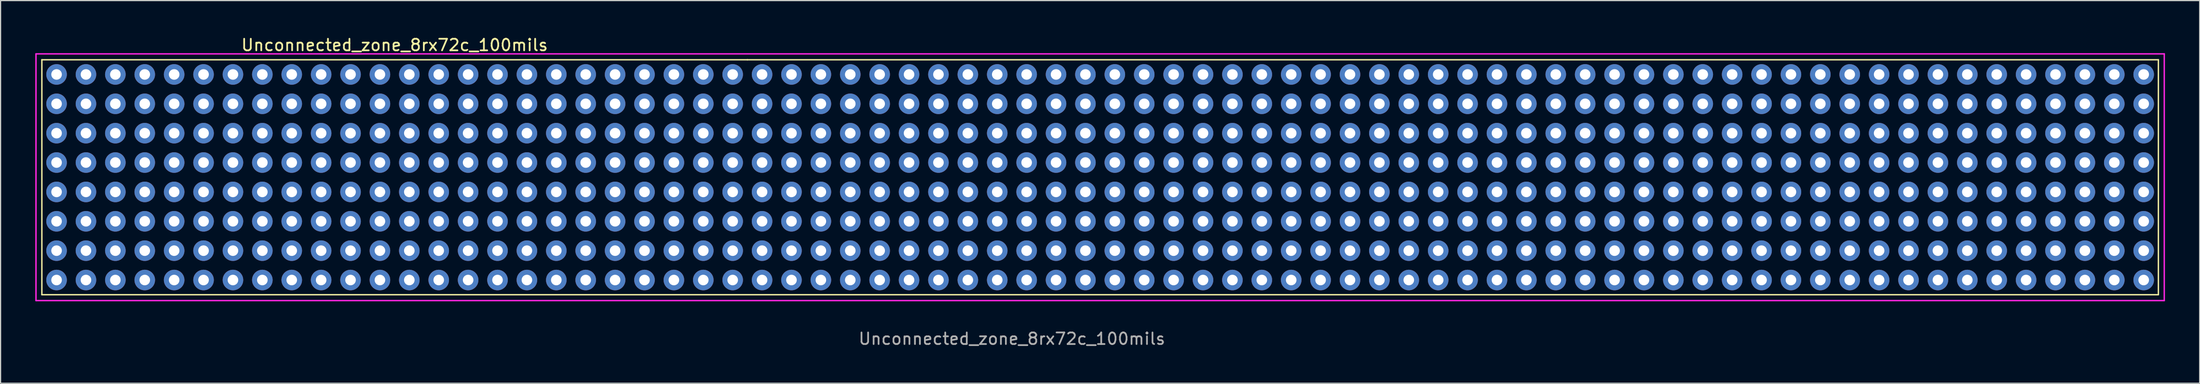
<source format=kicad_pcb>
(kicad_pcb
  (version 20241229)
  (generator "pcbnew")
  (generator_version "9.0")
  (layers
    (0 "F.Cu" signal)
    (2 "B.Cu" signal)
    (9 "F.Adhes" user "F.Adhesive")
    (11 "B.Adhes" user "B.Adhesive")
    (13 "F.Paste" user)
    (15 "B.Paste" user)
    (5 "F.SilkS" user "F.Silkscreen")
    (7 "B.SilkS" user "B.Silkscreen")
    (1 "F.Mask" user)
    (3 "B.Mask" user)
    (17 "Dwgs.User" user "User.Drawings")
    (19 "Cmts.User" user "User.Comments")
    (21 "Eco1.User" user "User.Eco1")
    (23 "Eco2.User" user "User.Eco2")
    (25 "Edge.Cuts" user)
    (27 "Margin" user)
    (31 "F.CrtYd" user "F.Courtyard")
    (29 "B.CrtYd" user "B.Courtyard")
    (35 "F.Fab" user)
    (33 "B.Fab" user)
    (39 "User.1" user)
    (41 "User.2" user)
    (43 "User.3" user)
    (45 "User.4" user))
  (footprint "Unconnected_zone_8rx72c_100mils"
    (layer "F.Cu")
    (at 1.838 3.388)
    (property "Reference" "Unconnected_zone_8rx72c_100mils" (at 29.21 -2.54 0) (layer "F.SilkS") (effects (font (size 1 1) (thickness 0.15))))
    (attr through_hole)
    (fp_line (start -1.27 -1.27) (end 59.69 -1.27) (stroke (width 0.12) (type solid)) (layer "F.SilkS"))
    (fp_line (start -1.27 19.05) (end -1.27 -1.27) (stroke (width 0.12) (type solid)) (layer "F.SilkS"))
    (fp_line (start 59.69 -1.27) (end 181.61 -1.27) (stroke (width 0.12) (type solid)) (layer "F.SilkS"))
    (fp_line (start 181.61 -1.27) (end 181.61 19.05) (stroke (width 0.12) (type solid)) (layer "F.SilkS"))
    (fp_line (start 181.61 19.05) (end -1.27 19.05) (stroke (width 0.12) (type solid)) (layer "F.SilkS"))
    (fp_line (start -1.778 -1.778) (end 182.118 -1.778) (stroke (width 0.12) (type solid)) (layer "F.CrtYd"))
    (fp_line (start -1.778 19.558) (end -1.778 -1.778) (stroke (width 0.12) (type solid)) (layer "F.CrtYd"))
    (fp_line (start 182.118 -1.778) (end 182.118 19.558) (stroke (width 0.12) (type solid)) (layer "F.CrtYd"))
    (fp_line (start 182.118 19.558) (end -1.778 19.558) (stroke (width 0.12) (type solid)) (layer "F.CrtYd"))
    (fp_text user "${REFERENCE}" (at 82.55 22.86 0) (layer "F.Fab") (effects (font (size 1 1) (thickness 0.15))))
    (pad "" thru_hole circle (at 0 0) (size 1.778 1.778) (drill 0.914) (layers "*.Cu" "*.Mask"))
    (pad "" thru_hole circle (at 0 2.54) (size 1.778 1.778) (drill 0.914) (layers "*.Cu" "*.Mask"))
    (pad "" thru_hole circle (at 0 5.08) (size 1.778 1.778) (drill 0.914) (layers "*.Cu" "*.Mask"))
    (pad "" thru_hole circle (at 0 7.62) (size 1.778 1.778) (drill 0.914) (layers "*.Cu" "*.Mask"))
    (pad "" thru_hole circle (at 0 10.16) (size 1.778 1.778) (drill 0.914) (layers "*.Cu" "*.Mask"))
    (pad "" thru_hole circle (at 0 12.7) (size 1.778 1.778) (drill 0.914) (layers "*.Cu" "*.Mask"))
    (pad "" thru_hole circle (at 0 15.24) (size 1.778 1.778) (drill 0.914) (layers "*.Cu" "*.Mask"))
    (pad "" thru_hole circle (at 0 17.78) (size 1.778 1.778) (drill 0.914) (layers "*.Cu" "*.Mask"))
    (pad "" thru_hole circle (at 2.54 0) (size 1.778 1.778) (drill 0.914) (layers "*.Cu" "*.Mask"))
    (pad "" thru_hole circle (at 2.54 2.54) (size 1.778 1.778) (drill 0.914) (layers "*.Cu" "*.Mask"))
    (pad "" thru_hole circle (at 2.54 5.08) (size 1.778 1.778) (drill 0.914) (layers "*.Cu" "*.Mask"))
    (pad "" thru_hole circle (at 2.54 7.62) (size 1.778 1.778) (drill 0.914) (layers "*.Cu" "*.Mask"))
    (pad "" thru_hole circle (at 2.54 10.16) (size 1.778 1.778) (drill 0.914) (layers "*.Cu" "*.Mask"))
    (pad "" thru_hole circle (at 2.54 12.7) (size 1.778 1.778) (drill 0.914) (layers "*.Cu" "*.Mask"))
    (pad "" thru_hole circle (at 2.54 15.24) (size 1.778 1.778) (drill 0.914) (layers "*.Cu" "*.Mask"))
    (pad "" thru_hole circle (at 2.54 17.78) (size 1.778 1.778) (drill 0.914) (layers "*.Cu" "*.Mask"))
    (pad "" thru_hole circle (at 5.08 0) (size 1.778 1.778) (drill 0.914) (layers "*.Cu" "*.Mask"))
    (pad "" thru_hole circle (at 5.08 2.54) (size 1.778 1.778) (drill 0.914) (layers "*.Cu" "*.Mask"))
    (pad "" thru_hole circle (at 5.08 5.08) (size 1.778 1.778) (drill 0.914) (layers "*.Cu" "*.Mask"))
    (pad "" thru_hole circle (at 5.08 7.62) (size 1.778 1.778) (drill 0.914) (layers "*.Cu" "*.Mask"))
    (pad "" thru_hole circle (at 5.08 10.16) (size 1.778 1.778) (drill 0.914) (layers "*.Cu" "*.Mask"))
    (pad "" thru_hole circle (at 5.08 12.7) (size 1.778 1.778) (drill 0.914) (layers "*.Cu" "*.Mask"))
    (pad "" thru_hole circle (at 5.08 15.24) (size 1.778 1.778) (drill 0.914) (layers "*.Cu" "*.Mask"))
    (pad "" thru_hole circle (at 5.08 17.78) (size 1.778 1.778) (drill 0.914) (layers "*.Cu" "*.Mask"))
    (pad "" thru_hole circle (at 7.62 0) (size 1.778 1.778) (drill 0.914) (layers "*.Cu" "*.Mask"))
    (pad "" thru_hole circle (at 7.62 2.54) (size 1.778 1.778) (drill 0.914) (layers "*.Cu" "*.Mask"))
    (pad "" thru_hole circle (at 7.62 5.08) (size 1.778 1.778) (drill 0.914) (layers "*.Cu" "*.Mask"))
    (pad "" thru_hole circle (at 7.62 7.62) (size 1.778 1.778) (drill 0.914) (layers "*.Cu" "*.Mask"))
    (pad "" thru_hole circle (at 7.62 10.16) (size 1.778 1.778) (drill 0.914) (layers "*.Cu" "*.Mask"))
    (pad "" thru_hole circle (at 7.62 12.7) (size 1.778 1.778) (drill 0.914) (layers "*.Cu" "*.Mask"))
    (pad "" thru_hole circle (at 7.62 15.24) (size 1.778 1.778) (drill 0.914) (layers "*.Cu" "*.Mask"))
    (pad "" thru_hole circle (at 7.62 17.78) (size 1.778 1.778) (drill 0.914) (layers "*.Cu" "*.Mask"))
    (pad "" thru_hole circle (at 10.16 0) (size 1.778 1.778) (drill 0.914) (layers "*.Cu" "*.Mask"))
    (pad "" thru_hole circle (at 10.16 2.54) (size 1.778 1.778) (drill 0.914) (layers "*.Cu" "*.Mask"))
    (pad "" thru_hole circle (at 10.16 5.08) (size 1.778 1.778) (drill 0.914) (layers "*.Cu" "*.Mask"))
    (pad "" thru_hole circle (at 10.16 7.62) (size 1.778 1.778) (drill 0.914) (layers "*.Cu" "*.Mask"))
    (pad "" thru_hole circle (at 10.16 10.16) (size 1.778 1.778) (drill 0.914) (layers "*.Cu" "*.Mask"))
    (pad "" thru_hole circle (at 10.16 12.7) (size 1.778 1.778) (drill 0.914) (layers "*.Cu" "*.Mask"))
    (pad "" thru_hole circle (at 10.16 15.24) (size 1.778 1.778) (drill 0.914) (layers "*.Cu" "*.Mask"))
    (pad "" thru_hole circle (at 10.16 17.78) (size 1.778 1.778) (drill 0.914) (layers "*.Cu" "*.Mask"))
    (pad "" thru_hole circle (at 12.7 0) (size 1.778 1.778) (drill 0.914) (layers "*.Cu" "*.Mask"))
    (pad "" thru_hole circle (at 12.7 2.54) (size 1.778 1.778) (drill 0.914) (layers "*.Cu" "*.Mask"))
    (pad "" thru_hole circle (at 12.7 5.08) (size 1.778 1.778) (drill 0.914) (layers "*.Cu" "*.Mask"))
    (pad "" thru_hole circle (at 12.7 7.62) (size 1.778 1.778) (drill 0.914) (layers "*.Cu" "*.Mask"))
    (pad "" thru_hole circle (at 12.7 10.16) (size 1.778 1.778) (drill 0.914) (layers "*.Cu" "*.Mask"))
    (pad "" thru_hole circle (at 12.7 12.7) (size 1.778 1.778) (drill 0.914) (layers "*.Cu" "*.Mask"))
    (pad "" thru_hole circle (at 12.7 15.24) (size 1.778 1.778) (drill 0.914) (layers "*.Cu" "*.Mask"))
    (pad "" thru_hole circle (at 12.7 17.78) (size 1.778 1.778) (drill 0.914) (layers "*.Cu" "*.Mask"))
    (pad "" thru_hole circle (at 15.24 0) (size 1.778 1.778) (drill 0.914) (layers "*.Cu" "*.Mask"))
    (pad "" thru_hole circle (at 15.24 2.54) (size 1.778 1.778) (drill 0.914) (layers "*.Cu" "*.Mask"))
    (pad "" thru_hole circle (at 15.24 5.08) (size 1.778 1.778) (drill 0.914) (layers "*.Cu" "*.Mask"))
    (pad "" thru_hole circle (at 15.24 7.62) (size 1.778 1.778) (drill 0.914) (layers "*.Cu" "*.Mask"))
    (pad "" thru_hole circle (at 15.24 10.16) (size 1.778 1.778) (drill 0.914) (layers "*.Cu" "*.Mask"))
    (pad "" thru_hole circle (at 15.24 12.7) (size 1.778 1.778) (drill 0.914) (layers "*.Cu" "*.Mask"))
    (pad "" thru_hole circle (at 15.24 15.24) (size 1.778 1.778) (drill 0.914) (layers "*.Cu" "*.Mask"))
    (pad "" thru_hole circle (at 15.24 17.78) (size 1.778 1.778) (drill 0.914) (layers "*.Cu" "*.Mask"))
    (pad "" thru_hole circle (at 17.78 0) (size 1.778 1.778) (drill 0.914) (layers "*.Cu" "*.Mask"))
    (pad "" thru_hole circle (at 17.78 2.54) (size 1.778 1.778) (drill 0.914) (layers "*.Cu" "*.Mask"))
    (pad "" thru_hole circle (at 17.78 5.08) (size 1.778 1.778) (drill 0.914) (layers "*.Cu" "*.Mask"))
    (pad "" thru_hole circle (at 17.78 7.62) (size 1.778 1.778) (drill 0.914) (layers "*.Cu" "*.Mask"))
    (pad "" thru_hole circle (at 17.78 10.16) (size 1.778 1.778) (drill 0.914) (layers "*.Cu" "*.Mask"))
    (pad "" thru_hole circle (at 17.78 12.7) (size 1.778 1.778) (drill 0.914) (layers "*.Cu" "*.Mask"))
    (pad "" thru_hole circle (at 17.78 15.24) (size 1.778 1.778) (drill 0.914) (layers "*.Cu" "*.Mask"))
    (pad "" thru_hole circle (at 17.78 17.78) (size 1.778 1.778) (drill 0.914) (layers "*.Cu" "*.Mask"))
    (pad "" thru_hole circle (at 20.32 0) (size 1.778 1.778) (drill 0.914) (layers "*.Cu" "*.Mask"))
    (pad "" thru_hole circle (at 20.32 2.54) (size 1.778 1.778) (drill 0.914) (layers "*.Cu" "*.Mask"))
    (pad "" thru_hole circle (at 20.32 5.08) (size 1.778 1.778) (drill 0.914) (layers "*.Cu" "*.Mask"))
    (pad "" thru_hole circle (at 20.32 7.62) (size 1.778 1.778) (drill 0.914) (layers "*.Cu" "*.Mask"))
    (pad "" thru_hole circle (at 20.32 10.16) (size 1.778 1.778) (drill 0.914) (layers "*.Cu" "*.Mask"))
    (pad "" thru_hole circle (at 20.32 12.7) (size 1.778 1.778) (drill 0.914) (layers "*.Cu" "*.Mask"))
    (pad "" thru_hole circle (at 20.32 15.24) (size 1.778 1.778) (drill 0.914) (layers "*.Cu" "*.Mask"))
    (pad "" thru_hole circle (at 20.32 17.78) (size 1.778 1.778) (drill 0.914) (layers "*.Cu" "*.Mask"))
    (pad "" thru_hole circle (at 22.86 0) (size 1.778 1.778) (drill 0.914) (layers "*.Cu" "*.Mask"))
    (pad "" thru_hole circle (at 22.86 2.54) (size 1.778 1.778) (drill 0.914) (layers "*.Cu" "*.Mask"))
    (pad "" thru_hole circle (at 22.86 5.08) (size 1.778 1.778) (drill 0.914) (layers "*.Cu" "*.Mask"))
    (pad "" thru_hole circle (at 22.86 7.62) (size 1.778 1.778) (drill 0.914) (layers "*.Cu" "*.Mask"))
    (pad "" thru_hole circle (at 22.86 10.16) (size 1.778 1.778) (drill 0.914) (layers "*.Cu" "*.Mask"))
    (pad "" thru_hole circle (at 22.86 12.7) (size 1.778 1.778) (drill 0.914) (layers "*.Cu" "*.Mask"))
    (pad "" thru_hole circle (at 22.86 15.24) (size 1.778 1.778) (drill 0.914) (layers "*.Cu" "*.Mask"))
    (pad "" thru_hole circle (at 22.86 17.78) (size 1.778 1.778) (drill 0.914) (layers "*.Cu" "*.Mask"))
    (pad "" thru_hole circle (at 25.4 0) (size 1.778 1.778) (drill 0.914) (layers "*.Cu" "*.Mask"))
    (pad "" thru_hole circle (at 25.4 2.54) (size 1.778 1.778) (drill 0.914) (layers "*.Cu" "*.Mask"))
    (pad "" thru_hole circle (at 25.4 5.08) (size 1.778 1.778) (drill 0.914) (layers "*.Cu" "*.Mask"))
    (pad "" thru_hole circle (at 25.4 7.62) (size 1.778 1.778) (drill 0.914) (layers "*.Cu" "*.Mask"))
    (pad "" thru_hole circle (at 25.4 10.16) (size 1.778 1.778) (drill 0.914) (layers "*.Cu" "*.Mask"))
    (pad "" thru_hole circle (at 25.4 12.7) (size 1.778 1.778) (drill 0.914) (layers "*.Cu" "*.Mask"))
    (pad "" thru_hole circle (at 25.4 15.24) (size 1.778 1.778) (drill 0.914) (layers "*.Cu" "*.Mask"))
    (pad "" thru_hole circle (at 25.4 17.78) (size 1.778 1.778) (drill 0.914) (layers "*.Cu" "*.Mask"))
    (pad "" thru_hole circle (at 27.94 0) (size 1.778 1.778) (drill 0.914) (layers "*.Cu" "*.Mask"))
    (pad "" thru_hole circle (at 27.94 2.54) (size 1.778 1.778) (drill 0.914) (layers "*.Cu" "*.Mask"))
    (pad "" thru_hole circle (at 27.94 5.08) (size 1.778 1.778) (drill 0.914) (layers "*.Cu" "*.Mask"))
    (pad "" thru_hole circle (at 27.94 7.62) (size 1.778 1.778) (drill 0.914) (layers "*.Cu" "*.Mask"))
    (pad "" thru_hole circle (at 27.94 10.16) (size 1.778 1.778) (drill 0.914) (layers "*.Cu" "*.Mask"))
    (pad "" thru_hole circle (at 27.94 12.7) (size 1.778 1.778) (drill 0.914) (layers "*.Cu" "*.Mask"))
    (pad "" thru_hole circle (at 27.94 15.24) (size 1.778 1.778) (drill 0.914) (layers "*.Cu" "*.Mask"))
    (pad "" thru_hole circle (at 27.94 17.78) (size 1.778 1.778) (drill 0.914) (layers "*.Cu" "*.Mask"))
    (pad "" thru_hole circle (at 30.48 0) (size 1.778 1.778) (drill 0.914) (layers "*.Cu" "*.Mask"))
    (pad "" thru_hole circle (at 30.48 2.54) (size 1.778 1.778) (drill 0.914) (layers "*.Cu" "*.Mask"))
    (pad "" thru_hole circle (at 30.48 5.08) (size 1.778 1.778) (drill 0.914) (layers "*.Cu" "*.Mask"))
    (pad "" thru_hole circle (at 30.48 7.62) (size 1.778 1.778) (drill 0.914) (layers "*.Cu" "*.Mask"))
    (pad "" thru_hole circle (at 30.48 10.16) (size 1.778 1.778) (drill 0.914) (layers "*.Cu" "*.Mask"))
    (pad "" thru_hole circle (at 30.48 12.7) (size 1.778 1.778) (drill 0.914) (layers "*.Cu" "*.Mask"))
    (pad "" thru_hole circle (at 30.48 15.24) (size 1.778 1.778) (drill 0.914) (layers "*.Cu" "*.Mask"))
    (pad "" thru_hole circle (at 30.48 17.78) (size 1.778 1.778) (drill 0.914) (layers "*.Cu" "*.Mask"))
    (pad "" thru_hole circle (at 33.02 0) (size 1.778 1.778) (drill 0.914) (layers "*.Cu" "*.Mask"))
    (pad "" thru_hole circle (at 33.02 2.54) (size 1.778 1.778) (drill 0.914) (layers "*.Cu" "*.Mask"))
    (pad "" thru_hole circle (at 33.02 5.08) (size 1.778 1.778) (drill 0.914) (layers "*.Cu" "*.Mask"))
    (pad "" thru_hole circle (at 33.02 7.62) (size 1.778 1.778) (drill 0.914) (layers "*.Cu" "*.Mask"))
    (pad "" thru_hole circle (at 33.02 10.16) (size 1.778 1.778) (drill 0.914) (layers "*.Cu" "*.Mask"))
    (pad "" thru_hole circle (at 33.02 12.7) (size 1.778 1.778) (drill 0.914) (layers "*.Cu" "*.Mask"))
    (pad "" thru_hole circle (at 33.02 15.24) (size 1.778 1.778) (drill 0.914) (layers "*.Cu" "*.Mask"))
    (pad "" thru_hole circle (at 33.02 17.78) (size 1.778 1.778) (drill 0.914) (layers "*.Cu" "*.Mask"))
    (pad "" thru_hole circle (at 35.56 0) (size 1.778 1.778) (drill 0.914) (layers "*.Cu" "*.Mask"))
    (pad "" thru_hole circle (at 35.56 2.54) (size 1.778 1.778) (drill 0.914) (layers "*.Cu" "*.Mask"))
    (pad "" thru_hole circle (at 35.56 5.08) (size 1.778 1.778) (drill 0.914) (layers "*.Cu" "*.Mask"))
    (pad "" thru_hole circle (at 35.56 7.62) (size 1.778 1.778) (drill 0.914) (layers "*.Cu" "*.Mask"))
    (pad "" thru_hole circle (at 35.56 10.16) (size 1.778 1.778) (drill 0.914) (layers "*.Cu" "*.Mask"))
    (pad "" thru_hole circle (at 35.56 12.7) (size 1.778 1.778) (drill 0.914) (layers "*.Cu" "*.Mask"))
    (pad "" thru_hole circle (at 35.56 15.24) (size 1.778 1.778) (drill 0.914) (layers "*.Cu" "*.Mask"))
    (pad "" thru_hole circle (at 35.56 17.78) (size 1.778 1.778) (drill 0.914) (layers "*.Cu" "*.Mask"))
    (pad "" thru_hole circle (at 38.1 0) (size 1.778 1.778) (drill 0.914) (layers "*.Cu" "*.Mask"))
    (pad "" thru_hole circle (at 38.1 2.54) (size 1.778 1.778) (drill 0.914) (layers "*.Cu" "*.Mask"))
    (pad "" thru_hole circle (at 38.1 5.08) (size 1.778 1.778) (drill 0.914) (layers "*.Cu" "*.Mask"))
    (pad "" thru_hole circle (at 38.1 7.62) (size 1.778 1.778) (drill 0.914) (layers "*.Cu" "*.Mask"))
    (pad "" thru_hole circle (at 38.1 10.16) (size 1.778 1.778) (drill 0.914) (layers "*.Cu" "*.Mask"))
    (pad "" thru_hole circle (at 38.1 12.7) (size 1.778 1.778) (drill 0.914) (layers "*.Cu" "*.Mask"))
    (pad "" thru_hole circle (at 38.1 15.24) (size 1.778 1.778) (drill 0.914) (layers "*.Cu" "*.Mask"))
    (pad "" thru_hole circle (at 38.1 17.78) (size 1.778 1.778) (drill 0.914) (layers "*.Cu" "*.Mask"))
    (pad "" thru_hole circle (at 40.64 0) (size 1.778 1.778) (drill 0.914) (layers "*.Cu" "*.Mask"))
    (pad "" thru_hole circle (at 40.64 2.54) (size 1.778 1.778) (drill 0.914) (layers "*.Cu" "*.Mask"))
    (pad "" thru_hole circle (at 40.64 5.08) (size 1.778 1.778) (drill 0.914) (layers "*.Cu" "*.Mask"))
    (pad "" thru_hole circle (at 40.64 7.62) (size 1.778 1.778) (drill 0.914) (layers "*.Cu" "*.Mask"))
    (pad "" thru_hole circle (at 40.64 10.16) (size 1.778 1.778) (drill 0.914) (layers "*.Cu" "*.Mask"))
    (pad "" thru_hole circle (at 40.64 12.7) (size 1.778 1.778) (drill 0.914) (layers "*.Cu" "*.Mask"))
    (pad "" thru_hole circle (at 40.64 15.24) (size 1.778 1.778) (drill 0.914) (layers "*.Cu" "*.Mask"))
    (pad "" thru_hole circle (at 40.64 17.78) (size 1.778 1.778) (drill 0.914) (layers "*.Cu" "*.Mask"))
    (pad "" thru_hole circle (at 43.18 0) (size 1.778 1.778) (drill 0.914) (layers "*.Cu" "*.Mask"))
    (pad "" thru_hole circle (at 43.18 2.54) (size 1.778 1.778) (drill 0.914) (layers "*.Cu" "*.Mask"))
    (pad "" thru_hole circle (at 43.18 5.08) (size 1.778 1.778) (drill 0.914) (layers "*.Cu" "*.Mask"))
    (pad "" thru_hole circle (at 43.18 7.62) (size 1.778 1.778) (drill 0.914) (layers "*.Cu" "*.Mask"))
    (pad "" thru_hole circle (at 43.18 10.16) (size 1.778 1.778) (drill 0.914) (layers "*.Cu" "*.Mask"))
    (pad "" thru_hole circle (at 43.18 12.7) (size 1.778 1.778) (drill 0.914) (layers "*.Cu" "*.Mask"))
    (pad "" thru_hole circle (at 43.18 15.24) (size 1.778 1.778) (drill 0.914) (layers "*.Cu" "*.Mask"))
    (pad "" thru_hole circle (at 43.18 17.78) (size 1.778 1.778) (drill 0.914) (layers "*.Cu" "*.Mask"))
    (pad "" thru_hole circle (at 45.72 0) (size 1.778 1.778) (drill 0.914) (layers "*.Cu" "*.Mask"))
    (pad "" thru_hole circle (at 45.72 2.54) (size 1.778 1.778) (drill 0.914) (layers "*.Cu" "*.Mask"))
    (pad "" thru_hole circle (at 45.72 5.08) (size 1.778 1.778) (drill 0.914) (layers "*.Cu" "*.Mask"))
    (pad "" thru_hole circle (at 45.72 7.62) (size 1.778 1.778) (drill 0.914) (layers "*.Cu" "*.Mask"))
    (pad "" thru_hole circle (at 45.72 10.16) (size 1.778 1.778) (drill 0.914) (layers "*.Cu" "*.Mask"))
    (pad "" thru_hole circle (at 45.72 12.7) (size 1.778 1.778) (drill 0.914) (layers "*.Cu" "*.Mask"))
    (pad "" thru_hole circle (at 45.72 15.24) (size 1.778 1.778) (drill 0.914) (layers "*.Cu" "*.Mask"))
    (pad "" thru_hole circle (at 45.72 17.78) (size 1.778 1.778) (drill 0.914) (layers "*.Cu" "*.Mask"))
    (pad "" thru_hole circle (at 48.26 0) (size 1.778 1.778) (drill 0.914) (layers "*.Cu" "*.Mask"))
    (pad "" thru_hole circle (at 48.26 2.54) (size 1.778 1.778) (drill 0.914) (layers "*.Cu" "*.Mask"))
    (pad "" thru_hole circle (at 48.26 5.08) (size 1.778 1.778) (drill 0.914) (layers "*.Cu" "*.Mask"))
    (pad "" thru_hole circle (at 48.26 7.62) (size 1.778 1.778) (drill 0.914) (layers "*.Cu" "*.Mask"))
    (pad "" thru_hole circle (at 48.26 10.16) (size 1.778 1.778) (drill 0.914) (layers "*.Cu" "*.Mask"))
    (pad "" thru_hole circle (at 48.26 12.7) (size 1.778 1.778) (drill 0.914) (layers "*.Cu" "*.Mask"))
    (pad "" thru_hole circle (at 48.26 15.24) (size 1.778 1.778) (drill 0.914) (layers "*.Cu" "*.Mask"))
    (pad "" thru_hole circle (at 48.26 17.78) (size 1.778 1.778) (drill 0.914) (layers "*.Cu" "*.Mask"))
    (pad "" thru_hole circle (at 50.8 0) (size 1.778 1.778) (drill 0.914) (layers "*.Cu" "*.Mask"))
    (pad "" thru_hole circle (at 50.8 2.54) (size 1.778 1.778) (drill 0.914) (layers "*.Cu" "*.Mask"))
    (pad "" thru_hole circle (at 50.8 5.08) (size 1.778 1.778) (drill 0.914) (layers "*.Cu" "*.Mask"))
    (pad "" thru_hole circle (at 50.8 7.62) (size 1.778 1.778) (drill 0.914) (layers "*.Cu" "*.Mask"))
    (pad "" thru_hole circle (at 50.8 10.16) (size 1.778 1.778) (drill 0.914) (layers "*.Cu" "*.Mask"))
    (pad "" thru_hole circle (at 50.8 12.7) (size 1.778 1.778) (drill 0.914) (layers "*.Cu" "*.Mask"))
    (pad "" thru_hole circle (at 50.8 15.24) (size 1.778 1.778) (drill 0.914) (layers "*.Cu" "*.Mask"))
    (pad "" thru_hole circle (at 50.8 17.78) (size 1.778 1.778) (drill 0.914) (layers "*.Cu" "*.Mask"))
    (pad "" thru_hole circle (at 53.34 0) (size 1.778 1.778) (drill 0.914) (layers "*.Cu" "*.Mask"))
    (pad "" thru_hole circle (at 53.34 2.54) (size 1.778 1.778) (drill 0.914) (layers "*.Cu" "*.Mask"))
    (pad "" thru_hole circle (at 53.34 5.08) (size 1.778 1.778) (drill 0.914) (layers "*.Cu" "*.Mask"))
    (pad "" thru_hole circle (at 53.34 7.62) (size 1.778 1.778) (drill 0.914) (layers "*.Cu" "*.Mask"))
    (pad "" thru_hole circle (at 53.34 10.16) (size 1.778 1.778) (drill 0.914) (layers "*.Cu" "*.Mask"))
    (pad "" thru_hole circle (at 53.34 12.7) (size 1.778 1.778) (drill 0.914) (layers "*.Cu" "*.Mask"))
    (pad "" thru_hole circle (at 53.34 15.24) (size 1.778 1.778) (drill 0.914) (layers "*.Cu" "*.Mask"))
    (pad "" thru_hole circle (at 53.34 17.78) (size 1.778 1.778) (drill 0.914) (layers "*.Cu" "*.Mask"))
    (pad "" thru_hole circle (at 55.88 0) (size 1.778 1.778) (drill 0.914) (layers "*.Cu" "*.Mask"))
    (pad "" thru_hole circle (at 55.88 2.54) (size 1.778 1.778) (drill 0.914) (layers "*.Cu" "*.Mask"))
    (pad "" thru_hole circle (at 55.88 5.08) (size 1.778 1.778) (drill 0.914) (layers "*.Cu" "*.Mask"))
    (pad "" thru_hole circle (at 55.88 7.62) (size 1.778 1.778) (drill 0.914) (layers "*.Cu" "*.Mask"))
    (pad "" thru_hole circle (at 55.88 10.16) (size 1.778 1.778) (drill 0.914) (layers "*.Cu" "*.Mask"))
    (pad "" thru_hole circle (at 55.88 12.7) (size 1.778 1.778) (drill 0.914) (layers "*.Cu" "*.Mask"))
    (pad "" thru_hole circle (at 55.88 15.24) (size 1.778 1.778) (drill 0.914) (layers "*.Cu" "*.Mask"))
    (pad "" thru_hole circle (at 55.88 17.78) (size 1.778 1.778) (drill 0.914) (layers "*.Cu" "*.Mask"))
    (pad "" thru_hole circle (at 58.42 0) (size 1.778 1.778) (drill 0.914) (layers "*.Cu" "*.Mask"))
    (pad "" thru_hole circle (at 58.42 2.54) (size 1.778 1.778) (drill 0.914) (layers "*.Cu" "*.Mask"))
    (pad "" thru_hole circle (at 58.42 5.08) (size 1.778 1.778) (drill 0.914) (layers "*.Cu" "*.Mask"))
    (pad "" thru_hole circle (at 58.42 7.62) (size 1.778 1.778) (drill 0.914) (layers "*.Cu" "*.Mask"))
    (pad "" thru_hole circle (at 58.42 10.16) (size 1.778 1.778) (drill 0.914) (layers "*.Cu" "*.Mask"))
    (pad "" thru_hole circle (at 58.42 12.7) (size 1.778 1.778) (drill 0.914) (layers "*.Cu" "*.Mask"))
    (pad "" thru_hole circle (at 58.42 15.24) (size 1.778 1.778) (drill 0.914) (layers "*.Cu" "*.Mask"))
    (pad "" thru_hole circle (at 58.42 17.78) (size 1.778 1.778) (drill 0.914) (layers "*.Cu" "*.Mask"))
    (pad "" thru_hole circle (at 60.96 0) (size 1.778 1.778) (drill 0.914) (layers "*.Cu" "*.Mask"))
    (pad "" thru_hole circle (at 60.96 2.54) (size 1.778 1.778) (drill 0.914) (layers "*.Cu" "*.Mask"))
    (pad "" thru_hole circle (at 60.96 5.08) (size 1.778 1.778) (drill 0.914) (layers "*.Cu" "*.Mask"))
    (pad "" thru_hole circle (at 60.96 7.62) (size 1.778 1.778) (drill 0.914) (layers "*.Cu" "*.Mask"))
    (pad "" thru_hole circle (at 60.96 10.16) (size 1.778 1.778) (drill 0.914) (layers "*.Cu" "*.Mask"))
    (pad "" thru_hole circle (at 60.96 12.7) (size 1.778 1.778) (drill 0.914) (layers "*.Cu" "*.Mask"))
    (pad "" thru_hole circle (at 60.96 15.24) (size 1.778 1.778) (drill 0.914) (layers "*.Cu" "*.Mask"))
    (pad "" thru_hole circle (at 60.96 17.78) (size 1.778 1.778) (drill 0.914) (layers "*.Cu" "*.Mask"))
    (pad "" thru_hole circle (at 63.5 0) (size 1.778 1.778) (drill 0.914) (layers "*.Cu" "*.Mask"))
    (pad "" thru_hole circle (at 63.5 2.54) (size 1.778 1.778) (drill 0.914) (layers "*.Cu" "*.Mask"))
    (pad "" thru_hole circle (at 63.5 5.08) (size 1.778 1.778) (drill 0.914) (layers "*.Cu" "*.Mask"))
    (pad "" thru_hole circle (at 63.5 7.62) (size 1.778 1.778) (drill 0.914) (layers "*.Cu" "*.Mask"))
    (pad "" thru_hole circle (at 63.5 10.16) (size 1.778 1.778) (drill 0.914) (layers "*.Cu" "*.Mask"))
    (pad "" thru_hole circle (at 63.5 12.7) (size 1.778 1.778) (drill 0.914) (layers "*.Cu" "*.Mask"))
    (pad "" thru_hole circle (at 63.5 15.24) (size 1.778 1.778) (drill 0.914) (layers "*.Cu" "*.Mask"))
    (pad "" thru_hole circle (at 63.5 17.78) (size 1.778 1.778) (drill 0.914) (layers "*.Cu" "*.Mask"))
    (pad "" thru_hole circle (at 66.04 0) (size 1.778 1.778) (drill 0.914) (layers "*.Cu" "*.Mask"))
    (pad "" thru_hole circle (at 66.04 2.54) (size 1.778 1.778) (drill 0.914) (layers "*.Cu" "*.Mask"))
    (pad "" thru_hole circle (at 66.04 5.08) (size 1.778 1.778) (drill 0.914) (layers "*.Cu" "*.Mask"))
    (pad "" thru_hole circle (at 66.04 7.62) (size 1.778 1.778) (drill 0.914) (layers "*.Cu" "*.Mask"))
    (pad "" thru_hole circle (at 66.04 10.16) (size 1.778 1.778) (drill 0.914) (layers "*.Cu" "*.Mask"))
    (pad "" thru_hole circle (at 66.04 12.7) (size 1.778 1.778) (drill 0.914) (layers "*.Cu" "*.Mask"))
    (pad "" thru_hole circle (at 66.04 15.24) (size 1.778 1.778) (drill 0.914) (layers "*.Cu" "*.Mask"))
    (pad "" thru_hole circle (at 66.04 17.78) (size 1.778 1.778) (drill 0.914) (layers "*.Cu" "*.Mask"))
    (pad "" thru_hole circle (at 68.58 0) (size 1.778 1.778) (drill 0.914) (layers "*.Cu" "*.Mask"))
    (pad "" thru_hole circle (at 68.58 2.54) (size 1.778 1.778) (drill 0.914) (layers "*.Cu" "*.Mask"))
    (pad "" thru_hole circle (at 68.58 5.08) (size 1.778 1.778) (drill 0.914) (layers "*.Cu" "*.Mask"))
    (pad "" thru_hole circle (at 68.58 7.62) (size 1.778 1.778) (drill 0.914) (layers "*.Cu" "*.Mask"))
    (pad "" thru_hole circle (at 68.58 10.16) (size 1.778 1.778) (drill 0.914) (layers "*.Cu" "*.Mask"))
    (pad "" thru_hole circle (at 68.58 12.7) (size 1.778 1.778) (drill 0.914) (layers "*.Cu" "*.Mask"))
    (pad "" thru_hole circle (at 68.58 15.24) (size 1.778 1.778) (drill 0.914) (layers "*.Cu" "*.Mask"))
    (pad "" thru_hole circle (at 68.58 17.78) (size 1.778 1.778) (drill 0.914) (layers "*.Cu" "*.Mask"))
    (pad "" thru_hole circle (at 71.12 0) (size 1.778 1.778) (drill 0.914) (layers "*.Cu" "*.Mask"))
    (pad "" thru_hole circle (at 71.12 2.54) (size 1.778 1.778) (drill 0.914) (layers "*.Cu" "*.Mask"))
    (pad "" thru_hole circle (at 71.12 5.08) (size 1.778 1.778) (drill 0.914) (layers "*.Cu" "*.Mask"))
    (pad "" thru_hole circle (at 71.12 7.62) (size 1.778 1.778) (drill 0.914) (layers "*.Cu" "*.Mask"))
    (pad "" thru_hole circle (at 71.12 10.16) (size 1.778 1.778) (drill 0.914) (layers "*.Cu" "*.Mask"))
    (pad "" thru_hole circle (at 71.12 12.7) (size 1.778 1.778) (drill 0.914) (layers "*.Cu" "*.Mask"))
    (pad "" thru_hole circle (at 71.12 15.24) (size 1.778 1.778) (drill 0.914) (layers "*.Cu" "*.Mask"))
    (pad "" thru_hole circle (at 71.12 17.78) (size 1.778 1.778) (drill 0.914) (layers "*.Cu" "*.Mask"))
    (pad "" thru_hole circle (at 73.66 0) (size 1.778 1.778) (drill 0.914) (layers "*.Cu" "*.Mask"))
    (pad "" thru_hole circle (at 73.66 2.54) (size 1.778 1.778) (drill 0.914) (layers "*.Cu" "*.Mask"))
    (pad "" thru_hole circle (at 73.66 5.08) (size 1.778 1.778) (drill 0.914) (layers "*.Cu" "*.Mask"))
    (pad "" thru_hole circle (at 73.66 7.62) (size 1.778 1.778) (drill 0.914) (layers "*.Cu" "*.Mask"))
    (pad "" thru_hole circle (at 73.66 10.16) (size 1.778 1.778) (drill 0.914) (layers "*.Cu" "*.Mask"))
    (pad "" thru_hole circle (at 73.66 12.7) (size 1.778 1.778) (drill 0.914) (layers "*.Cu" "*.Mask"))
    (pad "" thru_hole circle (at 73.66 15.24) (size 1.778 1.778) (drill 0.914) (layers "*.Cu" "*.Mask"))
    (pad "" thru_hole circle (at 73.66 17.78) (size 1.778 1.778) (drill 0.914) (layers "*.Cu" "*.Mask"))
    (pad "" thru_hole circle (at 76.2 0) (size 1.778 1.778) (drill 0.914) (layers "*.Cu" "*.Mask"))
    (pad "" thru_hole circle (at 76.2 2.54) (size 1.778 1.778) (drill 0.914) (layers "*.Cu" "*.Mask"))
    (pad "" thru_hole circle (at 76.2 5.08) (size 1.778 1.778) (drill 0.914) (layers "*.Cu" "*.Mask"))
    (pad "" thru_hole circle (at 76.2 7.62) (size 1.778 1.778) (drill 0.914) (layers "*.Cu" "*.Mask"))
    (pad "" thru_hole circle (at 76.2 10.16) (size 1.778 1.778) (drill 0.914) (layers "*.Cu" "*.Mask"))
    (pad "" thru_hole circle (at 76.2 12.7) (size 1.778 1.778) (drill 0.914) (layers "*.Cu" "*.Mask"))
    (pad "" thru_hole circle (at 76.2 15.24) (size 1.778 1.778) (drill 0.914) (layers "*.Cu" "*.Mask"))
    (pad "" thru_hole circle (at 76.2 17.78) (size 1.778 1.778) (drill 0.914) (layers "*.Cu" "*.Mask"))
    (pad "" thru_hole circle (at 78.74 0) (size 1.778 1.778) (drill 0.914) (layers "*.Cu" "*.Mask"))
    (pad "" thru_hole circle (at 78.74 2.54) (size 1.778 1.778) (drill 0.914) (layers "*.Cu" "*.Mask"))
    (pad "" thru_hole circle (at 78.74 5.08) (size 1.778 1.778) (drill 0.914) (layers "*.Cu" "*.Mask"))
    (pad "" thru_hole circle (at 78.74 7.62) (size 1.778 1.778) (drill 0.914) (layers "*.Cu" "*.Mask"))
    (pad "" thru_hole circle (at 78.74 10.16) (size 1.778 1.778) (drill 0.914) (layers "*.Cu" "*.Mask"))
    (pad "" thru_hole circle (at 78.74 12.7) (size 1.778 1.778) (drill 0.914) (layers "*.Cu" "*.Mask"))
    (pad "" thru_hole circle (at 78.74 15.24) (size 1.778 1.778) (drill 0.914) (layers "*.Cu" "*.Mask"))
    (pad "" thru_hole circle (at 78.74 17.78) (size 1.778 1.778) (drill 0.914) (layers "*.Cu" "*.Mask"))
    (pad "" thru_hole circle (at 81.28 0) (size 1.778 1.778) (drill 0.914) (layers "*.Cu" "*.Mask"))
    (pad "" thru_hole circle (at 81.28 2.54) (size 1.778 1.778) (drill 0.914) (layers "*.Cu" "*.Mask"))
    (pad "" thru_hole circle (at 81.28 5.08) (size 1.778 1.778) (drill 0.914) (layers "*.Cu" "*.Mask"))
    (pad "" thru_hole circle (at 81.28 7.62) (size 1.778 1.778) (drill 0.914) (layers "*.Cu" "*.Mask"))
    (pad "" thru_hole circle (at 81.28 10.16) (size 1.778 1.778) (drill 0.914) (layers "*.Cu" "*.Mask"))
    (pad "" thru_hole circle (at 81.28 12.7) (size 1.778 1.778) (drill 0.914) (layers "*.Cu" "*.Mask"))
    (pad "" thru_hole circle (at 81.28 15.24) (size 1.778 1.778) (drill 0.914) (layers "*.Cu" "*.Mask"))
    (pad "" thru_hole circle (at 81.28 17.78) (size 1.778 1.778) (drill 0.914) (layers "*.Cu" "*.Mask"))
    (pad "" thru_hole circle (at 83.82 0) (size 1.778 1.778) (drill 0.914) (layers "*.Cu" "*.Mask"))
    (pad "" thru_hole circle (at 83.82 2.54) (size 1.778 1.778) (drill 0.914) (layers "*.Cu" "*.Mask"))
    (pad "" thru_hole circle (at 83.82 5.08) (size 1.778 1.778) (drill 0.914) (layers "*.Cu" "*.Mask"))
    (pad "" thru_hole circle (at 83.82 7.62) (size 1.778 1.778) (drill 0.914) (layers "*.Cu" "*.Mask"))
    (pad "" thru_hole circle (at 83.82 10.16) (size 1.778 1.778) (drill 0.914) (layers "*.Cu" "*.Mask"))
    (pad "" thru_hole circle (at 83.82 12.7) (size 1.778 1.778) (drill 0.914) (layers "*.Cu" "*.Mask"))
    (pad "" thru_hole circle (at 83.82 15.24) (size 1.778 1.778) (drill 0.914) (layers "*.Cu" "*.Mask"))
    (pad "" thru_hole circle (at 83.82 17.78) (size 1.778 1.778) (drill 0.914) (layers "*.Cu" "*.Mask"))
    (pad "" thru_hole circle (at 86.36 0) (size 1.778 1.778) (drill 0.914) (layers "*.Cu" "*.Mask"))
    (pad "" thru_hole circle (at 86.36 2.54) (size 1.778 1.778) (drill 0.914) (layers "*.Cu" "*.Mask"))
    (pad "" thru_hole circle (at 86.36 5.08) (size 1.778 1.778) (drill 0.914) (layers "*.Cu" "*.Mask"))
    (pad "" thru_hole circle (at 86.36 7.62) (size 1.778 1.778) (drill 0.914) (layers "*.Cu" "*.Mask"))
    (pad "" thru_hole circle (at 86.36 10.16) (size 1.778 1.778) (drill 0.914) (layers "*.Cu" "*.Mask"))
    (pad "" thru_hole circle (at 86.36 12.7) (size 1.778 1.778) (drill 0.914) (layers "*.Cu" "*.Mask"))
    (pad "" thru_hole circle (at 86.36 15.24) (size 1.778 1.778) (drill 0.914) (layers "*.Cu" "*.Mask"))
    (pad "" thru_hole circle (at 86.36 17.78) (size 1.778 1.778) (drill 0.914) (layers "*.Cu" "*.Mask"))
    (pad "" thru_hole circle (at 88.9 0) (size 1.778 1.778) (drill 0.914) (layers "*.Cu" "*.Mask"))
    (pad "" thru_hole circle (at 88.9 2.54) (size 1.778 1.778) (drill 0.914) (layers "*.Cu" "*.Mask"))
    (pad "" thru_hole circle (at 88.9 5.08) (size 1.778 1.778) (drill 0.914) (layers "*.Cu" "*.Mask"))
    (pad "" thru_hole circle (at 88.9 7.62) (size 1.778 1.778) (drill 0.914) (layers "*.Cu" "*.Mask"))
    (pad "" thru_hole circle (at 88.9 10.16) (size 1.778 1.778) (drill 0.914) (layers "*.Cu" "*.Mask"))
    (pad "" thru_hole circle (at 88.9 12.7) (size 1.778 1.778) (drill 0.914) (layers "*.Cu" "*.Mask"))
    (pad "" thru_hole circle (at 88.9 15.24) (size 1.778 1.778) (drill 0.914) (layers "*.Cu" "*.Mask"))
    (pad "" thru_hole circle (at 88.9 17.78) (size 1.778 1.778) (drill 0.914) (layers "*.Cu" "*.Mask"))
    (pad "" thru_hole circle (at 91.44 0) (size 1.778 1.778) (drill 0.914) (layers "*.Cu" "*.Mask"))
    (pad "" thru_hole circle (at 91.44 2.54) (size 1.778 1.778) (drill 0.914) (layers "*.Cu" "*.Mask"))
    (pad "" thru_hole circle (at 91.44 5.08) (size 1.778 1.778) (drill 0.914) (layers "*.Cu" "*.Mask"))
    (pad "" thru_hole circle (at 91.44 7.62) (size 1.778 1.778) (drill 0.914) (layers "*.Cu" "*.Mask"))
    (pad "" thru_hole circle (at 91.44 10.16) (size 1.778 1.778) (drill 0.914) (layers "*.Cu" "*.Mask"))
    (pad "" thru_hole circle (at 91.44 12.7) (size 1.778 1.778) (drill 0.914) (layers "*.Cu" "*.Mask"))
    (pad "" thru_hole circle (at 91.44 15.24) (size 1.778 1.778) (drill 0.914) (layers "*.Cu" "*.Mask"))
    (pad "" thru_hole circle (at 91.44 17.78) (size 1.778 1.778) (drill 0.914) (layers "*.Cu" "*.Mask"))
    (pad "" thru_hole circle (at 93.98 0) (size 1.778 1.778) (drill 0.914) (layers "*.Cu" "*.Mask"))
    (pad "" thru_hole circle (at 93.98 2.54) (size 1.778 1.778) (drill 0.914) (layers "*.Cu" "*.Mask"))
    (pad "" thru_hole circle (at 93.98 5.08) (size 1.778 1.778) (drill 0.914) (layers "*.Cu" "*.Mask"))
    (pad "" thru_hole circle (at 93.98 7.62) (size 1.778 1.778) (drill 0.914) (layers "*.Cu" "*.Mask"))
    (pad "" thru_hole circle (at 93.98 10.16) (size 1.778 1.778) (drill 0.914) (layers "*.Cu" "*.Mask"))
    (pad "" thru_hole circle (at 93.98 12.7) (size 1.778 1.778) (drill 0.914) (layers "*.Cu" "*.Mask"))
    (pad "" thru_hole circle (at 93.98 15.24) (size 1.778 1.778) (drill 0.914) (layers "*.Cu" "*.Mask"))
    (pad "" thru_hole circle (at 93.98 17.78) (size 1.778 1.778) (drill 0.914) (layers "*.Cu" "*.Mask"))
    (pad "" thru_hole circle (at 96.52 0) (size 1.778 1.778) (drill 0.914) (layers "*.Cu" "*.Mask"))
    (pad "" thru_hole circle (at 96.52 2.54) (size 1.778 1.778) (drill 0.914) (layers "*.Cu" "*.Mask"))
    (pad "" thru_hole circle (at 96.52 5.08) (size 1.778 1.778) (drill 0.914) (layers "*.Cu" "*.Mask"))
    (pad "" thru_hole circle (at 96.52 7.62) (size 1.778 1.778) (drill 0.914) (layers "*.Cu" "*.Mask"))
    (pad "" thru_hole circle (at 96.52 10.16) (size 1.778 1.778) (drill 0.914) (layers "*.Cu" "*.Mask"))
    (pad "" thru_hole circle (at 96.52 12.7) (size 1.778 1.778) (drill 0.914) (layers "*.Cu" "*.Mask"))
    (pad "" thru_hole circle (at 96.52 15.24) (size 1.778 1.778) (drill 0.914) (layers "*.Cu" "*.Mask"))
    (pad "" thru_hole circle (at 96.52 17.78) (size 1.778 1.778) (drill 0.914) (layers "*.Cu" "*.Mask"))
    (pad "" thru_hole circle (at 99.06 0) (size 1.778 1.778) (drill 0.914) (layers "*.Cu" "*.Mask"))
    (pad "" thru_hole circle (at 99.06 2.54) (size 1.778 1.778) (drill 0.914) (layers "*.Cu" "*.Mask"))
    (pad "" thru_hole circle (at 99.06 5.08) (size 1.778 1.778) (drill 0.914) (layers "*.Cu" "*.Mask"))
    (pad "" thru_hole circle (at 99.06 7.62) (size 1.778 1.778) (drill 0.914) (layers "*.Cu" "*.Mask"))
    (pad "" thru_hole circle (at 99.06 10.16) (size 1.778 1.778) (drill 0.914) (layers "*.Cu" "*.Mask"))
    (pad "" thru_hole circle (at 99.06 12.7) (size 1.778 1.778) (drill 0.914) (layers "*.Cu" "*.Mask"))
    (pad "" thru_hole circle (at 99.06 15.24) (size 1.778 1.778) (drill 0.914) (layers "*.Cu" "*.Mask"))
    (pad "" thru_hole circle (at 99.06 17.78) (size 1.778 1.778) (drill 0.914) (layers "*.Cu" "*.Mask"))
    (pad "" thru_hole circle (at 101.6 0) (size 1.778 1.778) (drill 0.914) (layers "*.Cu" "*.Mask"))
    (pad "" thru_hole circle (at 101.6 2.54) (size 1.778 1.778) (drill 0.914) (layers "*.Cu" "*.Mask"))
    (pad "" thru_hole circle (at 101.6 5.08) (size 1.778 1.778) (drill 0.914) (layers "*.Cu" "*.Mask"))
    (pad "" thru_hole circle (at 101.6 7.62) (size 1.778 1.778) (drill 0.914) (layers "*.Cu" "*.Mask"))
    (pad "" thru_hole circle (at 101.6 10.16) (size 1.778 1.778) (drill 0.914) (layers "*.Cu" "*.Mask"))
    (pad "" thru_hole circle (at 101.6 12.7) (size 1.778 1.778) (drill 0.914) (layers "*.Cu" "*.Mask"))
    (pad "" thru_hole circle (at 101.6 15.24) (size 1.778 1.778) (drill 0.914) (layers "*.Cu" "*.Mask"))
    (pad "" thru_hole circle (at 101.6 17.78) (size 1.778 1.778) (drill 0.914) (layers "*.Cu" "*.Mask"))
    (pad "" thru_hole circle (at 104.14 0) (size 1.778 1.778) (drill 0.914) (layers "*.Cu" "*.Mask"))
    (pad "" thru_hole circle (at 104.14 2.54) (size 1.778 1.778) (drill 0.914) (layers "*.Cu" "*.Mask"))
    (pad "" thru_hole circle (at 104.14 5.08) (size 1.778 1.778) (drill 0.914) (layers "*.Cu" "*.Mask"))
    (pad "" thru_hole circle (at 104.14 7.62) (size 1.778 1.778) (drill 0.914) (layers "*.Cu" "*.Mask"))
    (pad "" thru_hole circle (at 104.14 10.16) (size 1.778 1.778) (drill 0.914) (layers "*.Cu" "*.Mask"))
    (pad "" thru_hole circle (at 104.14 12.7) (size 1.778 1.778) (drill 0.914) (layers "*.Cu" "*.Mask"))
    (pad "" thru_hole circle (at 104.14 15.24) (size 1.778 1.778) (drill 0.914) (layers "*.Cu" "*.Mask"))
    (pad "" thru_hole circle (at 104.14 17.78) (size 1.778 1.778) (drill 0.914) (layers "*.Cu" "*.Mask"))
    (pad "" thru_hole circle (at 106.68 0) (size 1.778 1.778) (drill 0.914) (layers "*.Cu" "*.Mask"))
    (pad "" thru_hole circle (at 106.68 2.54) (size 1.778 1.778) (drill 0.914) (layers "*.Cu" "*.Mask"))
    (pad "" thru_hole circle (at 106.68 5.08) (size 1.778 1.778) (drill 0.914) (layers "*.Cu" "*.Mask"))
    (pad "" thru_hole circle (at 106.68 7.62) (size 1.778 1.778) (drill 0.914) (layers "*.Cu" "*.Mask"))
    (pad "" thru_hole circle (at 106.68 10.16) (size 1.778 1.778) (drill 0.914) (layers "*.Cu" "*.Mask"))
    (pad "" thru_hole circle (at 106.68 12.7) (size 1.778 1.778) (drill 0.914) (layers "*.Cu" "*.Mask"))
    (pad "" thru_hole circle (at 106.68 15.24) (size 1.778 1.778) (drill 0.914) (layers "*.Cu" "*.Mask"))
    (pad "" thru_hole circle (at 106.68 17.78) (size 1.778 1.778) (drill 0.914) (layers "*.Cu" "*.Mask"))
    (pad "" thru_hole circle (at 109.22 0) (size 1.778 1.778) (drill 0.914) (layers "*.Cu" "*.Mask"))
    (pad "" thru_hole circle (at 109.22 2.54) (size 1.778 1.778) (drill 0.914) (layers "*.Cu" "*.Mask"))
    (pad "" thru_hole circle (at 109.22 5.08) (size 1.778 1.778) (drill 0.914) (layers "*.Cu" "*.Mask"))
    (pad "" thru_hole circle (at 109.22 7.62) (size 1.778 1.778) (drill 0.914) (layers "*.Cu" "*.Mask"))
    (pad "" thru_hole circle (at 109.22 10.16) (size 1.778 1.778) (drill 0.914) (layers "*.Cu" "*.Mask"))
    (pad "" thru_hole circle (at 109.22 12.7) (size 1.778 1.778) (drill 0.914) (layers "*.Cu" "*.Mask"))
    (pad "" thru_hole circle (at 109.22 15.24) (size 1.778 1.778) (drill 0.914) (layers "*.Cu" "*.Mask"))
    (pad "" thru_hole circle (at 109.22 17.78) (size 1.778 1.778) (drill 0.914) (layers "*.Cu" "*.Mask"))
    (pad "" thru_hole circle (at 111.76 0) (size 1.778 1.778) (drill 0.914) (layers "*.Cu" "*.Mask"))
    (pad "" thru_hole circle (at 111.76 2.54) (size 1.778 1.778) (drill 0.914) (layers "*.Cu" "*.Mask"))
    (pad "" thru_hole circle (at 111.76 5.08) (size 1.778 1.778) (drill 0.914) (layers "*.Cu" "*.Mask"))
    (pad "" thru_hole circle (at 111.76 7.62) (size 1.778 1.778) (drill 0.914) (layers "*.Cu" "*.Mask"))
    (pad "" thru_hole circle (at 111.76 10.16) (size 1.778 1.778) (drill 0.914) (layers "*.Cu" "*.Mask"))
    (pad "" thru_hole circle (at 111.76 12.7) (size 1.778 1.778) (drill 0.914) (layers "*.Cu" "*.Mask"))
    (pad "" thru_hole circle (at 111.76 15.24) (size 1.778 1.778) (drill 0.914) (layers "*.Cu" "*.Mask"))
    (pad "" thru_hole circle (at 111.76 17.78) (size 1.778 1.778) (drill 0.914) (layers "*.Cu" "*.Mask"))
    (pad "" thru_hole circle (at 114.3 0) (size 1.778 1.778) (drill 0.914) (layers "*.Cu" "*.Mask"))
    (pad "" thru_hole circle (at 114.3 2.54) (size 1.778 1.778) (drill 0.914) (layers "*.Cu" "*.Mask"))
    (pad "" thru_hole circle (at 114.3 5.08) (size 1.778 1.778) (drill 0.914) (layers "*.Cu" "*.Mask"))
    (pad "" thru_hole circle (at 114.3 7.62) (size 1.778 1.778) (drill 0.914) (layers "*.Cu" "*.Mask"))
    (pad "" thru_hole circle (at 114.3 10.16) (size 1.778 1.778) (drill 0.914) (layers "*.Cu" "*.Mask"))
    (pad "" thru_hole circle (at 114.3 12.7) (size 1.778 1.778) (drill 0.914) (layers "*.Cu" "*.Mask"))
    (pad "" thru_hole circle (at 114.3 15.24) (size 1.778 1.778) (drill 0.914) (layers "*.Cu" "*.Mask"))
    (pad "" thru_hole circle (at 114.3 17.78) (size 1.778 1.778) (drill 0.914) (layers "*.Cu" "*.Mask"))
    (pad "" thru_hole circle (at 116.84 0) (size 1.778 1.778) (drill 0.914) (layers "*.Cu" "*.Mask"))
    (pad "" thru_hole circle (at 116.84 2.54) (size 1.778 1.778) (drill 0.914) (layers "*.Cu" "*.Mask"))
    (pad "" thru_hole circle (at 116.84 5.08) (size 1.778 1.778) (drill 0.914) (layers "*.Cu" "*.Mask"))
    (pad "" thru_hole circle (at 116.84 7.62) (size 1.778 1.778) (drill 0.914) (layers "*.Cu" "*.Mask"))
    (pad "" thru_hole circle (at 116.84 10.16) (size 1.778 1.778) (drill 0.914) (layers "*.Cu" "*.Mask"))
    (pad "" thru_hole circle (at 116.84 12.7) (size 1.778 1.778) (drill 0.914) (layers "*.Cu" "*.Mask"))
    (pad "" thru_hole circle (at 116.84 15.24) (size 1.778 1.778) (drill 0.914) (layers "*.Cu" "*.Mask"))
    (pad "" thru_hole circle (at 116.84 17.78) (size 1.778 1.778) (drill 0.914) (layers "*.Cu" "*.Mask"))
    (pad "" thru_hole circle (at 119.38 0) (size 1.778 1.778) (drill 0.914) (layers "*.Cu" "*.Mask"))
    (pad "" thru_hole circle (at 119.38 2.54) (size 1.778 1.778) (drill 0.914) (layers "*.Cu" "*.Mask"))
    (pad "" thru_hole circle (at 119.38 5.08) (size 1.778 1.778) (drill 0.914) (layers "*.Cu" "*.Mask"))
    (pad "" thru_hole circle (at 119.38 7.62) (size 1.778 1.778) (drill 0.914) (layers "*.Cu" "*.Mask"))
    (pad "" thru_hole circle (at 119.38 10.16) (size 1.778 1.778) (drill 0.914) (layers "*.Cu" "*.Mask"))
    (pad "" thru_hole circle (at 119.38 12.7) (size 1.778 1.778) (drill 0.914) (layers "*.Cu" "*.Mask"))
    (pad "" thru_hole circle (at 119.38 15.24) (size 1.778 1.778) (drill 0.914) (layers "*.Cu" "*.Mask"))
    (pad "" thru_hole circle (at 119.38 17.78) (size 1.778 1.778) (drill 0.914) (layers "*.Cu" "*.Mask"))
    (pad "" thru_hole circle (at 121.92 0) (size 1.778 1.778) (drill 0.914) (layers "*.Cu" "*.Mask"))
    (pad "" thru_hole circle (at 121.92 2.54) (size 1.778 1.778) (drill 0.914) (layers "*.Cu" "*.Mask"))
    (pad "" thru_hole circle (at 121.92 5.08) (size 1.778 1.778) (drill 0.914) (layers "*.Cu" "*.Mask"))
    (pad "" thru_hole circle (at 121.92 7.62) (size 1.778 1.778) (drill 0.914) (layers "*.Cu" "*.Mask"))
    (pad "" thru_hole circle (at 121.92 10.16) (size 1.778 1.778) (drill 0.914) (layers "*.Cu" "*.Mask"))
    (pad "" thru_hole circle (at 121.92 12.7) (size 1.778 1.778) (drill 0.914) (layers "*.Cu" "*.Mask"))
    (pad "" thru_hole circle (at 121.92 15.24) (size 1.778 1.778) (drill 0.914) (layers "*.Cu" "*.Mask"))
    (pad "" thru_hole circle (at 121.92 17.78) (size 1.778 1.778) (drill 0.914) (layers "*.Cu" "*.Mask"))
    (pad "" thru_hole circle (at 124.46 0) (size 1.778 1.778) (drill 0.914) (layers "*.Cu" "*.Mask"))
    (pad "" thru_hole circle (at 124.46 2.54) (size 1.778 1.778) (drill 0.914) (layers "*.Cu" "*.Mask"))
    (pad "" thru_hole circle (at 124.46 5.08) (size 1.778 1.778) (drill 0.914) (layers "*.Cu" "*.Mask"))
    (pad "" thru_hole circle (at 124.46 7.62) (size 1.778 1.778) (drill 0.914) (layers "*.Cu" "*.Mask"))
    (pad "" thru_hole circle (at 124.46 10.16) (size 1.778 1.778) (drill 0.914) (layers "*.Cu" "*.Mask"))
    (pad "" thru_hole circle (at 124.46 12.7) (size 1.778 1.778) (drill 0.914) (layers "*.Cu" "*.Mask"))
    (pad "" thru_hole circle (at 124.46 15.24) (size 1.778 1.778) (drill 0.914) (layers "*.Cu" "*.Mask"))
    (pad "" thru_hole circle (at 124.46 17.78) (size 1.778 1.778) (drill 0.914) (layers "*.Cu" "*.Mask"))
    (pad "" thru_hole circle (at 127 0) (size 1.778 1.778) (drill 0.914) (layers "*.Cu" "*.Mask"))
    (pad "" thru_hole circle (at 127 2.54) (size 1.778 1.778) (drill 0.914) (layers "*.Cu" "*.Mask"))
    (pad "" thru_hole circle (at 127 5.08) (size 1.778 1.778) (drill 0.914) (layers "*.Cu" "*.Mask"))
    (pad "" thru_hole circle (at 127 7.62) (size 1.778 1.778) (drill 0.914) (layers "*.Cu" "*.Mask"))
    (pad "" thru_hole circle (at 127 10.16) (size 1.778 1.778) (drill 0.914) (layers "*.Cu" "*.Mask"))
    (pad "" thru_hole circle (at 127 12.7) (size 1.778 1.778) (drill 0.914) (layers "*.Cu" "*.Mask"))
    (pad "" thru_hole circle (at 127 15.24) (size 1.778 1.778) (drill 0.914) (layers "*.Cu" "*.Mask"))
    (pad "" thru_hole circle (at 127 17.78) (size 1.778 1.778) (drill 0.914) (layers "*.Cu" "*.Mask"))
    (pad "" thru_hole circle (at 129.54 0) (size 1.778 1.778) (drill 0.914) (layers "*.Cu" "*.Mask"))
    (pad "" thru_hole circle (at 129.54 2.54) (size 1.778 1.778) (drill 0.914) (layers "*.Cu" "*.Mask"))
    (pad "" thru_hole circle (at 129.54 5.08) (size 1.778 1.778) (drill 0.914) (layers "*.Cu" "*.Mask"))
    (pad "" thru_hole circle (at 129.54 7.62) (size 1.778 1.778) (drill 0.914) (layers "*.Cu" "*.Mask"))
    (pad "" thru_hole circle (at 129.54 10.16) (size 1.778 1.778) (drill 0.914) (layers "*.Cu" "*.Mask"))
    (pad "" thru_hole circle (at 129.54 12.7) (size 1.778 1.778) (drill 0.914) (layers "*.Cu" "*.Mask"))
    (pad "" thru_hole circle (at 129.54 15.24) (size 1.778 1.778) (drill 0.914) (layers "*.Cu" "*.Mask"))
    (pad "" thru_hole circle (at 129.54 17.78) (size 1.778 1.778) (drill 0.914) (layers "*.Cu" "*.Mask"))
    (pad "" thru_hole circle (at 132.08 0) (size 1.778 1.778) (drill 0.914) (layers "*.Cu" "*.Mask"))
    (pad "" thru_hole circle (at 132.08 2.54) (size 1.778 1.778) (drill 0.914) (layers "*.Cu" "*.Mask"))
    (pad "" thru_hole circle (at 132.08 5.08) (size 1.778 1.778) (drill 0.914) (layers "*.Cu" "*.Mask"))
    (pad "" thru_hole circle (at 132.08 7.62) (size 1.778 1.778) (drill 0.914) (layers "*.Cu" "*.Mask"))
    (pad "" thru_hole circle (at 132.08 10.16) (size 1.778 1.778) (drill 0.914) (layers "*.Cu" "*.Mask"))
    (pad "" thru_hole circle (at 132.08 12.7) (size 1.778 1.778) (drill 0.914) (layers "*.Cu" "*.Mask"))
    (pad "" thru_hole circle (at 132.08 15.24) (size 1.778 1.778) (drill 0.914) (layers "*.Cu" "*.Mask"))
    (pad "" thru_hole circle (at 132.08 17.78) (size 1.778 1.778) (drill 0.914) (layers "*.Cu" "*.Mask"))
    (pad "" thru_hole circle (at 134.62 0) (size 1.778 1.778) (drill 0.914) (layers "*.Cu" "*.Mask"))
    (pad "" thru_hole circle (at 134.62 2.54) (size 1.778 1.778) (drill 0.914) (layers "*.Cu" "*.Mask"))
    (pad "" thru_hole circle (at 134.62 5.08) (size 1.778 1.778) (drill 0.914) (layers "*.Cu" "*.Mask"))
    (pad "" thru_hole circle (at 134.62 7.62) (size 1.778 1.778) (drill 0.914) (layers "*.Cu" "*.Mask"))
    (pad "" thru_hole circle (at 134.62 10.16) (size 1.778 1.778) (drill 0.914) (layers "*.Cu" "*.Mask"))
    (pad "" thru_hole circle (at 134.62 12.7) (size 1.778 1.778) (drill 0.914) (layers "*.Cu" "*.Mask"))
    (pad "" thru_hole circle (at 134.62 15.24) (size 1.778 1.778) (drill 0.914) (layers "*.Cu" "*.Mask"))
    (pad "" thru_hole circle (at 134.62 17.78) (size 1.778 1.778) (drill 0.914) (layers "*.Cu" "*.Mask"))
    (pad "" thru_hole circle (at 137.16 0) (size 1.778 1.778) (drill 0.914) (layers "*.Cu" "*.Mask"))
    (pad "" thru_hole circle (at 137.16 2.54) (size 1.778 1.778) (drill 0.914) (layers "*.Cu" "*.Mask"))
    (pad "" thru_hole circle (at 137.16 5.08) (size 1.778 1.778) (drill 0.914) (layers "*.Cu" "*.Mask"))
    (pad "" thru_hole circle (at 137.16 7.62) (size 1.778 1.778) (drill 0.914) (layers "*.Cu" "*.Mask"))
    (pad "" thru_hole circle (at 137.16 10.16) (size 1.778 1.778) (drill 0.914) (layers "*.Cu" "*.Mask"))
    (pad "" thru_hole circle (at 137.16 12.7) (size 1.778 1.778) (drill 0.914) (layers "*.Cu" "*.Mask"))
    (pad "" thru_hole circle (at 137.16 15.24) (size 1.778 1.778) (drill 0.914) (layers "*.Cu" "*.Mask"))
    (pad "" thru_hole circle (at 137.16 17.78) (size 1.778 1.778) (drill 0.914) (layers "*.Cu" "*.Mask"))
    (pad "" thru_hole circle (at 139.7 0) (size 1.778 1.778) (drill 0.914) (layers "*.Cu" "*.Mask"))
    (pad "" thru_hole circle (at 139.7 2.54) (size 1.778 1.778) (drill 0.914) (layers "*.Cu" "*.Mask"))
    (pad "" thru_hole circle (at 139.7 5.08) (size 1.778 1.778) (drill 0.914) (layers "*.Cu" "*.Mask"))
    (pad "" thru_hole circle (at 139.7 7.62) (size 1.778 1.778) (drill 0.914) (layers "*.Cu" "*.Mask"))
    (pad "" thru_hole circle (at 139.7 10.16) (size 1.778 1.778) (drill 0.914) (layers "*.Cu" "*.Mask"))
    (pad "" thru_hole circle (at 139.7 12.7) (size 1.778 1.778) (drill 0.914) (layers "*.Cu" "*.Mask"))
    (pad "" thru_hole circle (at 139.7 15.24) (size 1.778 1.778) (drill 0.914) (layers "*.Cu" "*.Mask"))
    (pad "" thru_hole circle (at 139.7 17.78) (size 1.778 1.778) (drill 0.914) (layers "*.Cu" "*.Mask"))
    (pad "" thru_hole circle (at 142.24 0) (size 1.778 1.778) (drill 0.914) (layers "*.Cu" "*.Mask"))
    (pad "" thru_hole circle (at 142.24 2.54) (size 1.778 1.778) (drill 0.914) (layers "*.Cu" "*.Mask"))
    (pad "" thru_hole circle (at 142.24 5.08) (size 1.778 1.778) (drill 0.914) (layers "*.Cu" "*.Mask"))
    (pad "" thru_hole circle (at 142.24 7.62) (size 1.778 1.778) (drill 0.914) (layers "*.Cu" "*.Mask"))
    (pad "" thru_hole circle (at 142.24 10.16) (size 1.778 1.778) (drill 0.914) (layers "*.Cu" "*.Mask"))
    (pad "" thru_hole circle (at 142.24 12.7) (size 1.778 1.778) (drill 0.914) (layers "*.Cu" "*.Mask"))
    (pad "" thru_hole circle (at 142.24 15.24) (size 1.778 1.778) (drill 0.914) (layers "*.Cu" "*.Mask"))
    (pad "" thru_hole circle (at 142.24 17.78) (size 1.778 1.778) (drill 0.914) (layers "*.Cu" "*.Mask"))
    (pad "" thru_hole circle (at 144.78 0) (size 1.778 1.778) (drill 0.914) (layers "*.Cu" "*.Mask"))
    (pad "" thru_hole circle (at 144.78 2.54) (size 1.778 1.778) (drill 0.914) (layers "*.Cu" "*.Mask"))
    (pad "" thru_hole circle (at 144.78 5.08) (size 1.778 1.778) (drill 0.914) (layers "*.Cu" "*.Mask"))
    (pad "" thru_hole circle (at 144.78 7.62) (size 1.778 1.778) (drill 0.914) (layers "*.Cu" "*.Mask"))
    (pad "" thru_hole circle (at 144.78 10.16) (size 1.778 1.778) (drill 0.914) (layers "*.Cu" "*.Mask"))
    (pad "" thru_hole circle (at 144.78 12.7) (size 1.778 1.778) (drill 0.914) (layers "*.Cu" "*.Mask"))
    (pad "" thru_hole circle (at 144.78 15.24) (size 1.778 1.778) (drill 0.914) (layers "*.Cu" "*.Mask"))
    (pad "" thru_hole circle (at 144.78 17.78) (size 1.778 1.778) (drill 0.914) (layers "*.Cu" "*.Mask"))
    (pad "" thru_hole circle (at 147.32 0) (size 1.778 1.778) (drill 0.914) (layers "*.Cu" "*.Mask"))
    (pad "" thru_hole circle (at 147.32 2.54) (size 1.778 1.778) (drill 0.914) (layers "*.Cu" "*.Mask"))
    (pad "" thru_hole circle (at 147.32 5.08) (size 1.778 1.778) (drill 0.914) (layers "*.Cu" "*.Mask"))
    (pad "" thru_hole circle (at 147.32 7.62) (size 1.778 1.778) (drill 0.914) (layers "*.Cu" "*.Mask"))
    (pad "" thru_hole circle (at 147.32 10.16) (size 1.778 1.778) (drill 0.914) (layers "*.Cu" "*.Mask"))
    (pad "" thru_hole circle (at 147.32 12.7) (size 1.778 1.778) (drill 0.914) (layers "*.Cu" "*.Mask"))
    (pad "" thru_hole circle (at 147.32 15.24) (size 1.778 1.778) (drill 0.914) (layers "*.Cu" "*.Mask"))
    (pad "" thru_hole circle (at 147.32 17.78) (size 1.778 1.778) (drill 0.914) (layers "*.Cu" "*.Mask"))
    (pad "" thru_hole circle (at 149.86 0) (size 1.778 1.778) (drill 0.914) (layers "*.Cu" "*.Mask"))
    (pad "" thru_hole circle (at 149.86 2.54) (size 1.778 1.778) (drill 0.914) (layers "*.Cu" "*.Mask"))
    (pad "" thru_hole circle (at 149.86 5.08) (size 1.778 1.778) (drill 0.914) (layers "*.Cu" "*.Mask"))
    (pad "" thru_hole circle (at 149.86 7.62) (size 1.778 1.778) (drill 0.914) (layers "*.Cu" "*.Mask"))
    (pad "" thru_hole circle (at 149.86 10.16) (size 1.778 1.778) (drill 0.914) (layers "*.Cu" "*.Mask"))
    (pad "" thru_hole circle (at 149.86 12.7) (size 1.778 1.778) (drill 0.914) (layers "*.Cu" "*.Mask"))
    (pad "" thru_hole circle (at 149.86 15.24) (size 1.778 1.778) (drill 0.914) (layers "*.Cu" "*.Mask"))
    (pad "" thru_hole circle (at 149.86 17.78) (size 1.778 1.778) (drill 0.914) (layers "*.Cu" "*.Mask"))
    (pad "" thru_hole circle (at 152.4 0) (size 1.778 1.778) (drill 0.914) (layers "*.Cu" "*.Mask"))
    (pad "" thru_hole circle (at 152.4 2.54) (size 1.778 1.778) (drill 0.914) (layers "*.Cu" "*.Mask"))
    (pad "" thru_hole circle (at 152.4 5.08) (size 1.778 1.778) (drill 0.914) (layers "*.Cu" "*.Mask"))
    (pad "" thru_hole circle (at 152.4 7.62) (size 1.778 1.778) (drill 0.914) (layers "*.Cu" "*.Mask"))
    (pad "" thru_hole circle (at 152.4 10.16) (size 1.778 1.778) (drill 0.914) (layers "*.Cu" "*.Mask"))
    (pad "" thru_hole circle (at 152.4 12.7) (size 1.778 1.778) (drill 0.914) (layers "*.Cu" "*.Mask"))
    (pad "" thru_hole circle (at 152.4 15.24) (size 1.778 1.778) (drill 0.914) (layers "*.Cu" "*.Mask"))
    (pad "" thru_hole circle (at 152.4 17.78) (size 1.778 1.778) (drill 0.914) (layers "*.Cu" "*.Mask"))
    (pad "" thru_hole circle (at 154.94 0) (size 1.778 1.778) (drill 0.914) (layers "*.Cu" "*.Mask"))
    (pad "" thru_hole circle (at 154.94 2.54) (size 1.778 1.778) (drill 0.914) (layers "*.Cu" "*.Mask"))
    (pad "" thru_hole circle (at 154.94 5.08) (size 1.778 1.778) (drill 0.914) (layers "*.Cu" "*.Mask"))
    (pad "" thru_hole circle (at 154.94 7.62) (size 1.778 1.778) (drill 0.914) (layers "*.Cu" "*.Mask"))
    (pad "" thru_hole circle (at 154.94 10.16) (size 1.778 1.778) (drill 0.914) (layers "*.Cu" "*.Mask"))
    (pad "" thru_hole circle (at 154.94 12.7) (size 1.778 1.778) (drill 0.914) (layers "*.Cu" "*.Mask"))
    (pad "" thru_hole circle (at 154.94 15.24) (size 1.778 1.778) (drill 0.914) (layers "*.Cu" "*.Mask"))
    (pad "" thru_hole circle (at 154.94 17.78) (size 1.778 1.778) (drill 0.914) (layers "*.Cu" "*.Mask"))
    (pad "" thru_hole circle (at 157.48 0) (size 1.778 1.778) (drill 0.914) (layers "*.Cu" "*.Mask"))
    (pad "" thru_hole circle (at 157.48 2.54) (size 1.778 1.778) (drill 0.914) (layers "*.Cu" "*.Mask"))
    (pad "" thru_hole circle (at 157.48 5.08) (size 1.778 1.778) (drill 0.914) (layers "*.Cu" "*.Mask"))
    (pad "" thru_hole circle (at 157.48 7.62) (size 1.778 1.778) (drill 0.914) (layers "*.Cu" "*.Mask"))
    (pad "" thru_hole circle (at 157.48 10.16) (size 1.778 1.778) (drill 0.914) (layers "*.Cu" "*.Mask"))
    (pad "" thru_hole circle (at 157.48 12.7) (size 1.778 1.778) (drill 0.914) (layers "*.Cu" "*.Mask"))
    (pad "" thru_hole circle (at 157.48 15.24) (size 1.778 1.778) (drill 0.914) (layers "*.Cu" "*.Mask"))
    (pad "" thru_hole circle (at 157.48 17.78) (size 1.778 1.778) (drill 0.914) (layers "*.Cu" "*.Mask"))
    (pad "" thru_hole circle (at 160.02 0) (size 1.778 1.778) (drill 0.914) (layers "*.Cu" "*.Mask"))
    (pad "" thru_hole circle (at 160.02 2.54) (size 1.778 1.778) (drill 0.914) (layers "*.Cu" "*.Mask"))
    (pad "" thru_hole circle (at 160.02 5.08) (size 1.778 1.778) (drill 0.914) (layers "*.Cu" "*.Mask"))
    (pad "" thru_hole circle (at 160.02 7.62) (size 1.778 1.778) (drill 0.914) (layers "*.Cu" "*.Mask"))
    (pad "" thru_hole circle (at 160.02 10.16) (size 1.778 1.778) (drill 0.914) (layers "*.Cu" "*.Mask"))
    (pad "" thru_hole circle (at 160.02 12.7) (size 1.778 1.778) (drill 0.914) (layers "*.Cu" "*.Mask"))
    (pad "" thru_hole circle (at 160.02 15.24) (size 1.778 1.778) (drill 0.914) (layers "*.Cu" "*.Mask"))
    (pad "" thru_hole circle (at 160.02 17.78) (size 1.778 1.778) (drill 0.914) (layers "*.Cu" "*.Mask"))
    (pad "" thru_hole circle (at 162.56 0) (size 1.778 1.778) (drill 0.914) (layers "*.Cu" "*.Mask"))
    (pad "" thru_hole circle (at 162.56 2.54) (size 1.778 1.778) (drill 0.914) (layers "*.Cu" "*.Mask"))
    (pad "" thru_hole circle (at 162.56 5.08) (size 1.778 1.778) (drill 0.914) (layers "*.Cu" "*.Mask"))
    (pad "" thru_hole circle (at 162.56 7.62) (size 1.778 1.778) (drill 0.914) (layers "*.Cu" "*.Mask"))
    (pad "" thru_hole circle (at 162.56 10.16) (size 1.778 1.778) (drill 0.914) (layers "*.Cu" "*.Mask"))
    (pad "" thru_hole circle (at 162.56 12.7) (size 1.778 1.778) (drill 0.914) (layers "*.Cu" "*.Mask"))
    (pad "" thru_hole circle (at 162.56 15.24) (size 1.778 1.778) (drill 0.914) (layers "*.Cu" "*.Mask"))
    (pad "" thru_hole circle (at 162.56 17.78) (size 1.778 1.778) (drill 0.914) (layers "*.Cu" "*.Mask"))
    (pad "" thru_hole circle (at 165.1 0) (size 1.778 1.778) (drill 0.914) (layers "*.Cu" "*.Mask"))
    (pad "" thru_hole circle (at 165.1 2.54) (size 1.778 1.778) (drill 0.914) (layers "*.Cu" "*.Mask"))
    (pad "" thru_hole circle (at 165.1 5.08) (size 1.778 1.778) (drill 0.914) (layers "*.Cu" "*.Mask"))
    (pad "" thru_hole circle (at 165.1 7.62) (size 1.778 1.778) (drill 0.914) (layers "*.Cu" "*.Mask"))
    (pad "" thru_hole circle (at 165.1 10.16) (size 1.778 1.778) (drill 0.914) (layers "*.Cu" "*.Mask"))
    (pad "" thru_hole circle (at 165.1 12.7) (size 1.778 1.778) (drill 0.914) (layers "*.Cu" "*.Mask"))
    (pad "" thru_hole circle (at 165.1 15.24) (size 1.778 1.778) (drill 0.914) (layers "*.Cu" "*.Mask"))
    (pad "" thru_hole circle (at 165.1 17.78) (size 1.778 1.778) (drill 0.914) (layers "*.Cu" "*.Mask"))
    (pad "" thru_hole circle (at 167.64 0) (size 1.778 1.778) (drill 0.914) (layers "*.Cu" "*.Mask"))
    (pad "" thru_hole circle (at 167.64 2.54) (size 1.778 1.778) (drill 0.914) (layers "*.Cu" "*.Mask"))
    (pad "" thru_hole circle (at 167.64 5.08) (size 1.778 1.778) (drill 0.914) (layers "*.Cu" "*.Mask"))
    (pad "" thru_hole circle (at 167.64 7.62) (size 1.778 1.778) (drill 0.914) (layers "*.Cu" "*.Mask"))
    (pad "" thru_hole circle (at 167.64 10.16) (size 1.778 1.778) (drill 0.914) (layers "*.Cu" "*.Mask"))
    (pad "" thru_hole circle (at 167.64 12.7) (size 1.778 1.778) (drill 0.914) (layers "*.Cu" "*.Mask"))
    (pad "" thru_hole circle (at 167.64 15.24) (size 1.778 1.778) (drill 0.914) (layers "*.Cu" "*.Mask"))
    (pad "" thru_hole circle (at 167.64 17.78) (size 1.778 1.778) (drill 0.914) (layers "*.Cu" "*.Mask"))
    (pad "" thru_hole circle (at 170.18 0) (size 1.778 1.778) (drill 0.914) (layers "*.Cu" "*.Mask"))
    (pad "" thru_hole circle (at 170.18 2.54) (size 1.778 1.778) (drill 0.914) (layers "*.Cu" "*.Mask"))
    (pad "" thru_hole circle (at 170.18 5.08) (size 1.778 1.778) (drill 0.914) (layers "*.Cu" "*.Mask"))
    (pad "" thru_hole circle (at 170.18 7.62) (size 1.778 1.778) (drill 0.914) (layers "*.Cu" "*.Mask"))
    (pad "" thru_hole circle (at 170.18 10.16) (size 1.778 1.778) (drill 0.914) (layers "*.Cu" "*.Mask"))
    (pad "" thru_hole circle (at 170.18 12.7) (size 1.778 1.778) (drill 0.914) (layers "*.Cu" "*.Mask"))
    (pad "" thru_hole circle (at 170.18 15.24) (size 1.778 1.778) (drill 0.914) (layers "*.Cu" "*.Mask"))
    (pad "" thru_hole circle (at 170.18 17.78) (size 1.778 1.778) (drill 0.914) (layers "*.Cu" "*.Mask"))
    (pad "" thru_hole circle (at 172.72 0) (size 1.778 1.778) (drill 0.914) (layers "*.Cu" "*.Mask"))
    (pad "" thru_hole circle (at 172.72 2.54) (size 1.778 1.778) (drill 0.914) (layers "*.Cu" "*.Mask"))
    (pad "" thru_hole circle (at 172.72 5.08) (size 1.778 1.778) (drill 0.914) (layers "*.Cu" "*.Mask"))
    (pad "" thru_hole circle (at 172.72 7.62) (size 1.778 1.778) (drill 0.914) (layers "*.Cu" "*.Mask"))
    (pad "" thru_hole circle (at 172.72 10.16) (size 1.778 1.778) (drill 0.914) (layers "*.Cu" "*.Mask"))
    (pad "" thru_hole circle (at 172.72 12.7) (size 1.778 1.778) (drill 0.914) (layers "*.Cu" "*.Mask"))
    (pad "" thru_hole circle (at 172.72 15.24) (size 1.778 1.778) (drill 0.914) (layers "*.Cu" "*.Mask"))
    (pad "" thru_hole circle (at 172.72 17.78) (size 1.778 1.778) (drill 0.914) (layers "*.Cu" "*.Mask"))
    (pad "" thru_hole circle (at 175.26 0) (size 1.778 1.778) (drill 0.914) (layers "*.Cu" "*.Mask"))
    (pad "" thru_hole circle (at 175.26 2.54) (size 1.778 1.778) (drill 0.914) (layers "*.Cu" "*.Mask"))
    (pad "" thru_hole circle (at 175.26 5.08) (size 1.778 1.778) (drill 0.914) (layers "*.Cu" "*.Mask"))
    (pad "" thru_hole circle (at 175.26 7.62) (size 1.778 1.778) (drill 0.914) (layers "*.Cu" "*.Mask"))
    (pad "" thru_hole circle (at 175.26 10.16) (size 1.778 1.778) (drill 0.914) (layers "*.Cu" "*.Mask"))
    (pad "" thru_hole circle (at 175.26 12.7) (size 1.778 1.778) (drill 0.914) (layers "*.Cu" "*.Mask"))
    (pad "" thru_hole circle (at 175.26 15.24) (size 1.778 1.778) (drill 0.914) (layers "*.Cu" "*.Mask"))
    (pad "" thru_hole circle (at 175.26 17.78) (size 1.778 1.778) (drill 0.914) (layers "*.Cu" "*.Mask"))
    (pad "" thru_hole circle (at 177.8 0) (size 1.778 1.778) (drill 0.914) (layers "*.Cu" "*.Mask"))
    (pad "" thru_hole circle (at 177.8 2.54) (size 1.778 1.778) (drill 0.914) (layers "*.Cu" "*.Mask"))
    (pad "" thru_hole circle (at 177.8 5.08) (size 1.778 1.778) (drill 0.914) (layers "*.Cu" "*.Mask"))
    (pad "" thru_hole circle (at 177.8 7.62) (size 1.778 1.778) (drill 0.914) (layers "*.Cu" "*.Mask"))
    (pad "" thru_hole circle (at 177.8 10.16) (size 1.778 1.778) (drill 0.914) (layers "*.Cu" "*.Mask"))
    (pad "" thru_hole circle (at 177.8 12.7) (size 1.778 1.778) (drill 0.914) (layers "*.Cu" "*.Mask"))
    (pad "" thru_hole circle (at 177.8 15.24) (size 1.778 1.778) (drill 0.914) (layers "*.Cu" "*.Mask"))
    (pad "" thru_hole circle (at 177.8 17.78) (size 1.778 1.778) (drill 0.914) (layers "*.Cu" "*.Mask"))
    (pad "" thru_hole circle (at 180.34 0) (size 1.778 1.778) (drill 0.914) (layers "*.Cu" "*.Mask"))
    (pad "" thru_hole circle (at 180.34 2.54) (size 1.778 1.778) (drill 0.914) (layers "*.Cu" "*.Mask"))
    (pad "" thru_hole circle (at 180.34 5.08) (size 1.778 1.778) (drill 0.914) (layers "*.Cu" "*.Mask"))
    (pad "" thru_hole circle (at 180.34 7.62) (size 1.778 1.778) (drill 0.914) (layers "*.Cu" "*.Mask"))
    (pad "" thru_hole circle (at 180.34 10.16) (size 1.778 1.778) (drill 0.914) (layers "*.Cu" "*.Mask"))
    (pad "" thru_hole circle (at 180.34 12.7) (size 1.778 1.778) (drill 0.914) (layers "*.Cu" "*.Mask"))
    (pad "" thru_hole circle (at 180.34 15.24) (size 1.778 1.778) (drill 0.914) (layers "*.Cu" "*.Mask"))
    (pad "" thru_hole circle (at 180.34 17.78) (size 1.778 1.778) (drill 0.914) (layers "*.Cu" "*.Mask")))
  (gr_rect
    (start -3 -3)
    (end 187.016 30.096)
    (stroke (width 0.1) (type default))
    (fill no)
    (layer "Edge.Cuts")))
</source>
